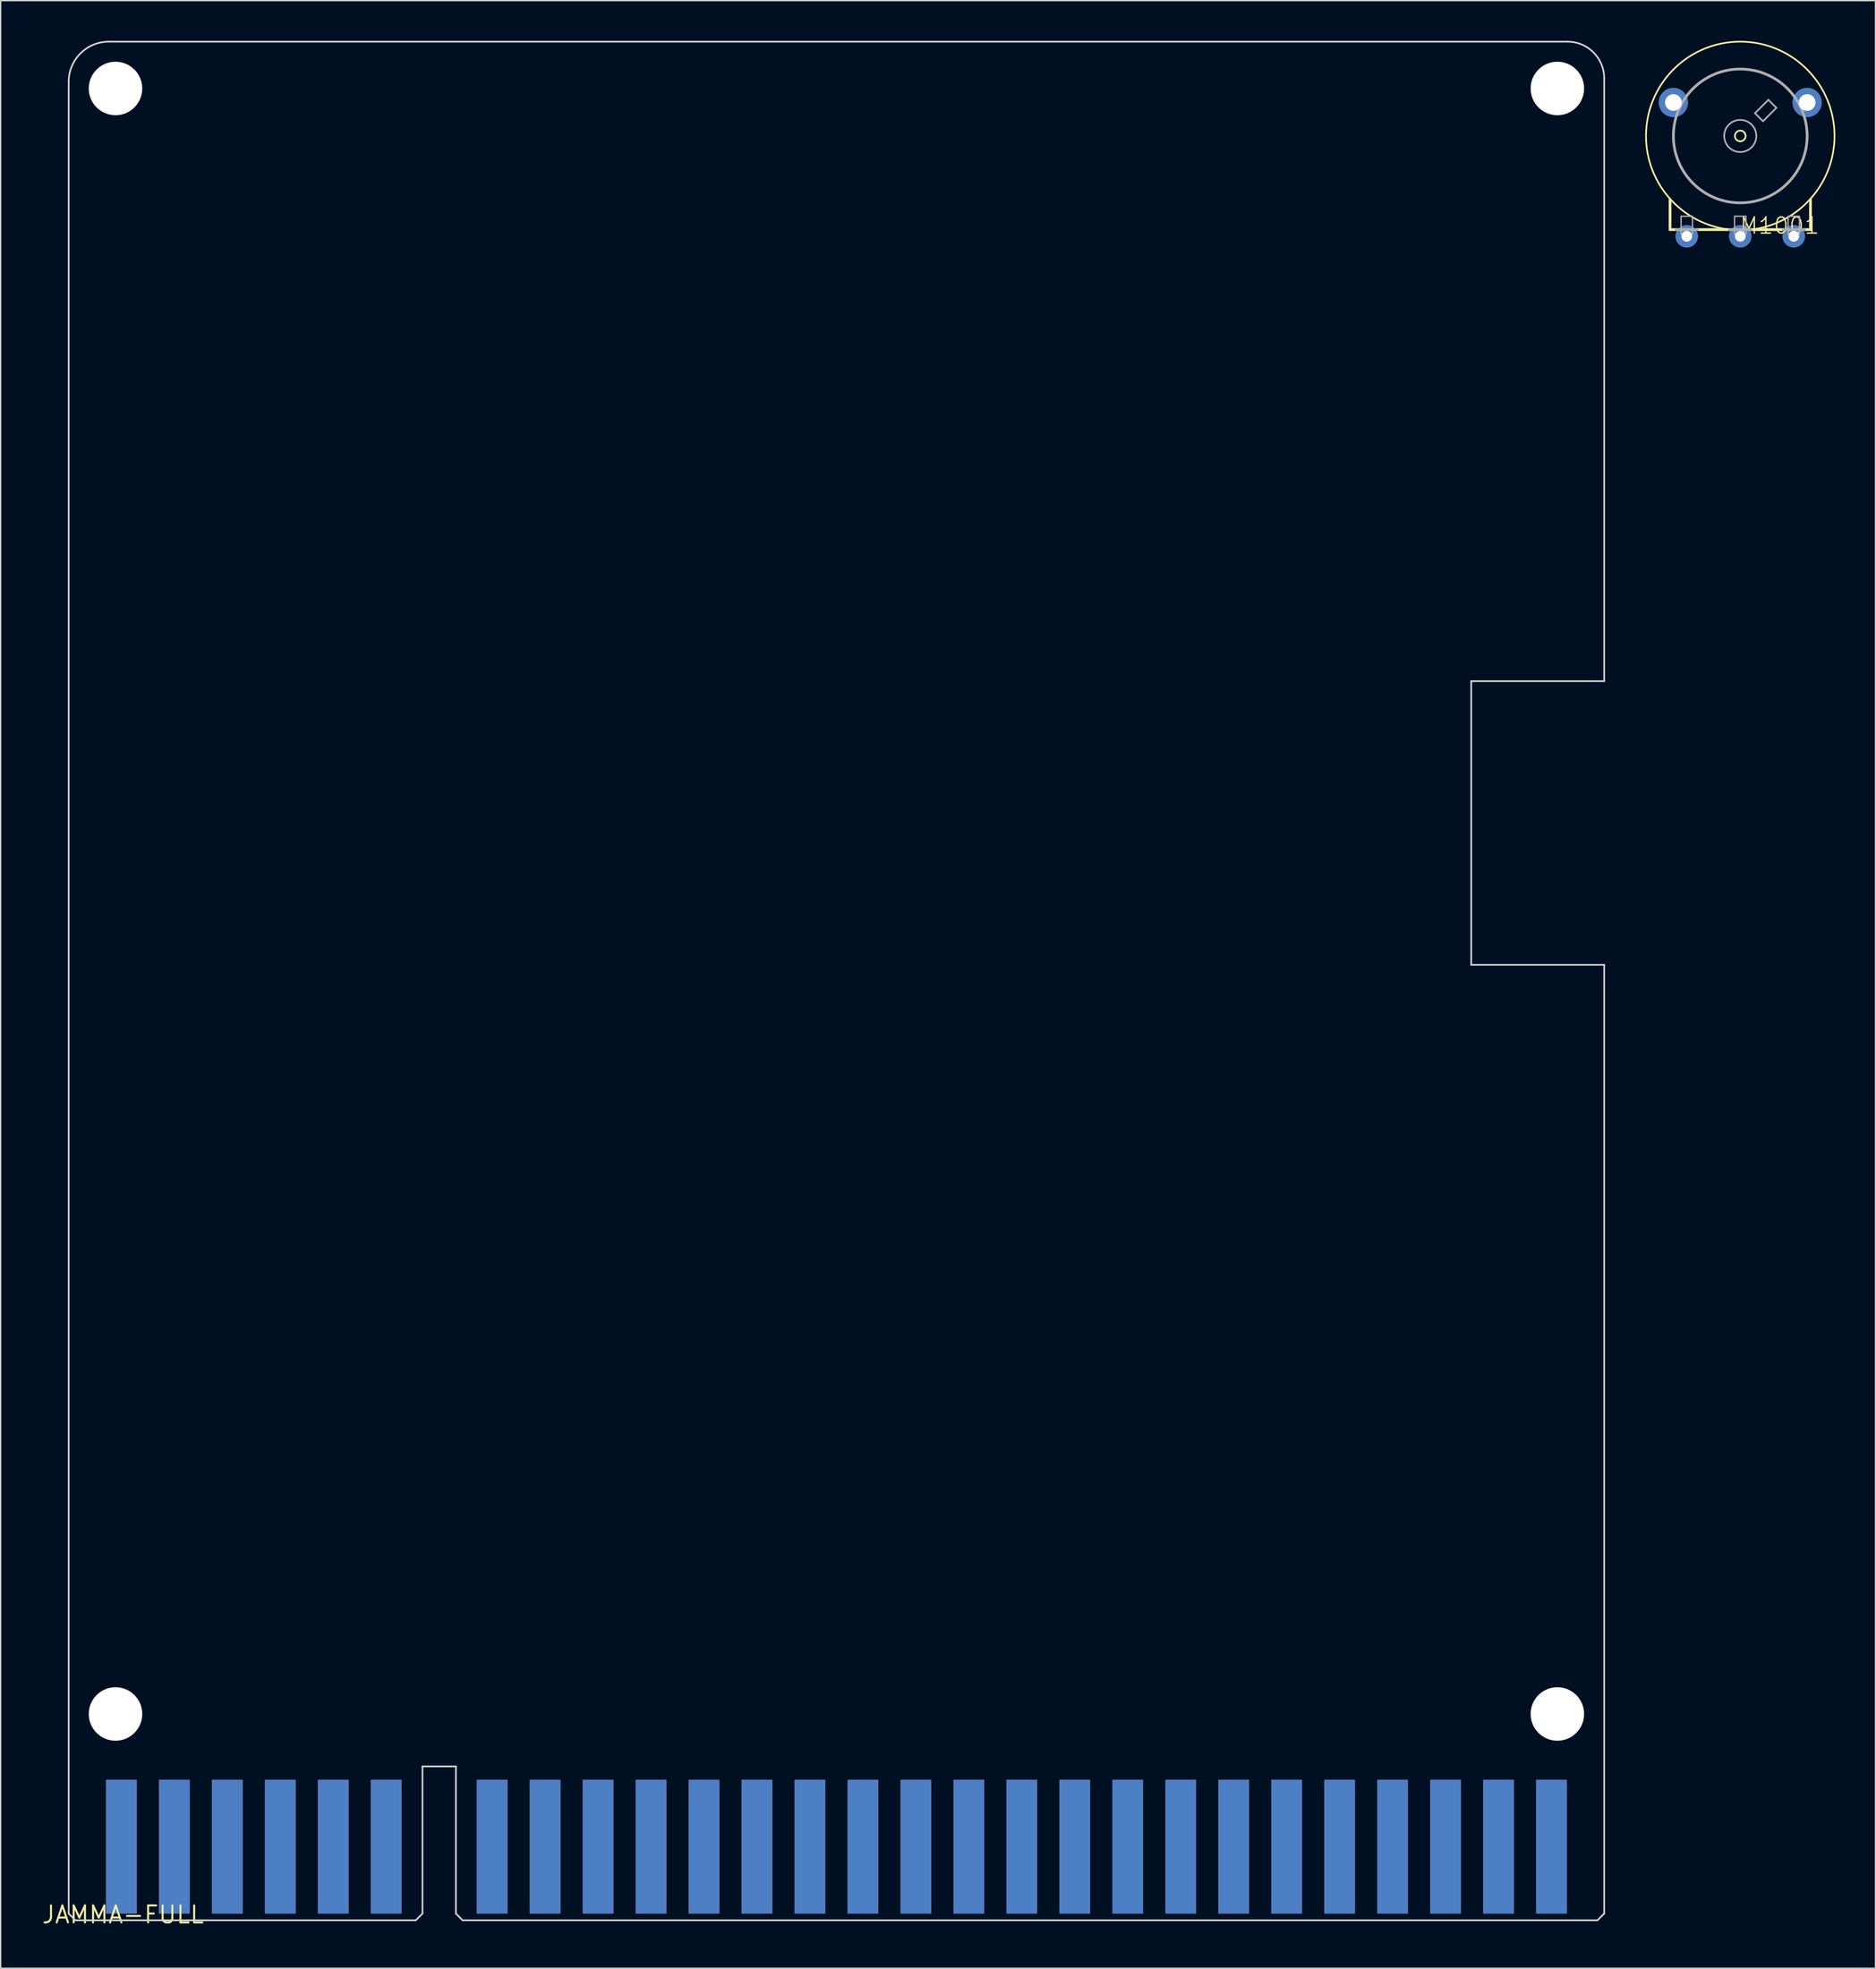
<source format=kicad_pcb>
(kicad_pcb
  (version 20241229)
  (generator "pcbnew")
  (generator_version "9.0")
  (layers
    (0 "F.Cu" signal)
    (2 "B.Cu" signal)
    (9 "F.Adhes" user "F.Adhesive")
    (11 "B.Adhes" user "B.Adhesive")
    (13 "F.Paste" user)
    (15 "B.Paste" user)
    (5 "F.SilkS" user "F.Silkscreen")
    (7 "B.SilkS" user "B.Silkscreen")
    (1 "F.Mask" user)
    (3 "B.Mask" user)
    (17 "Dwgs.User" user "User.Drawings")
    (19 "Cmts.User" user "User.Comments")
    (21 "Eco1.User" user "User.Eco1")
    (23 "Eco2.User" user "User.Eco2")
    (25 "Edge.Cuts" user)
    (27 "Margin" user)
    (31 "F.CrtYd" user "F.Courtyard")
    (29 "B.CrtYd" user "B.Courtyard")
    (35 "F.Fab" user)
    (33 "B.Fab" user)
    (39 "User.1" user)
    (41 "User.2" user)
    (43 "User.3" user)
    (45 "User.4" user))
  (footprint "JAMMA-FULL"
    (layer "F.Cu")
    (at 6.146 140.064)
    (property "Reference" "JAMMA-FULL" (at 0 0 0) (layer "F.SilkS") (effects (font (size 1.27 1.27) (thickness 0.15))))
    (attr through_hole)
    (fp_line (start -4.06 -0.08) (end -4.06 -137) (stroke (width 0.127) (type solid)) (layer "Edge.Cuts"))
    (fp_line (start -4.06 -0.08) (end -3.56 0.42) (stroke (width 0.127) (type solid)) (layer "Edge.Cuts"))
    (fp_line (start -3.56 0.42) (end 21.89 0.42) (stroke (width 0.127) (type solid)) (layer "Edge.Cuts"))
    (fp_line (start -1.06 -140) (end 108 -140) (stroke (width 0.127) (type solid)) (layer "Edge.Cuts"))
    (fp_line (start 21.89 0.42) (end 22.39 -0.08) (stroke (width 0.127) (type solid)) (layer "Edge.Cuts"))
    (fp_line (start 22.39 -11.08) (end 24.89 -11.08) (stroke (width 0.127) (type solid)) (layer "Edge.Cuts"))
    (fp_line (start 22.39 -0.08) (end 22.39 -11.08) (stroke (width 0.127) (type solid)) (layer "Edge.Cuts"))
    (fp_line (start 24.89 -0.08) (end 24.89 -11.08) (stroke (width 0.127) (type solid)) (layer "Edge.Cuts"))
    (fp_line (start 24.89 -0.08) (end 25.39 0.42) (stroke (width 0.127) (type solid)) (layer "Edge.Cuts"))
    (fp_line (start 25.39 0.42) (end 110.24 0.42) (stroke (width 0.127) (type solid)) (layer "Edge.Cuts"))
    (fp_line (start 100.8 -92.2) (end 100.8 -71) (stroke (width 0.127) (type solid)) (layer "Edge.Cuts"))
    (fp_line (start 100.8 -92.2) (end 110.74 -92.2) (stroke (width 0.127) (type solid)) (layer "Edge.Cuts"))
    (fp_line (start 100.8 -71) (end 110.74 -71) (stroke (width 0.127) (type solid)) (layer "Edge.Cuts"))
    (fp_line (start 110.24 0.42) (end 110.74 -0.08) (stroke (width 0.127) (type solid)) (layer "Edge.Cuts"))
    (fp_line (start 110.74 -137.26) (end 110.74 -92.2) (stroke (width 0.127) (type solid)) (layer "Edge.Cuts"))
    (fp_line (start 110.74 -71) (end 110.74 -0.08) (stroke (width 0.127) (type solid)) (layer "Edge.Cuts"))
    (fp_arc (start -4.06 -137) (mid -3.18132 -139.121321) (end -1.059999 -140.000001) (stroke (width 0.127) (type solid)) (layer "Edge.Cuts"))
    (fp_arc (start 108 -140) (mid 109.937473 -139.197473) (end 110.74 -137.26) (stroke (width 0.127) (type solid)) (layer "Edge.Cuts"))
    (pad "" np_thru_hole circle (at -0.56 -136.5) (size 4 4) (drill 4) (layers "*.Cu" "*.Mask"))
    (pad "" np_thru_hole circle (at -0.56 -15) (size 4 4) (drill 4) (layers "*.Cu" "*.Mask"))
    (pad "" np_thru_hole circle (at 107.24 -136.5) (size 4 4) (drill 4) (layers "*.Cu" "*.Mask"))
    (pad "" np_thru_hole circle (at 107.24 -15) (size 4 4) (drill 4) (layers "*.Cu" "*.Mask"))
    (pad "#A" smd rect (at 87 -5.08) (size 2.3 10) (layers "B.Cu" "B.Mask" "B.Paste"))
    (pad "#B" smd rect (at 90.96 -5.08) (size 2.3 10) (layers "B.Cu" "B.Mask" "B.Paste"))
    (pad "#C" smd rect (at 94.92 -5.08) (size 2.3 10) (layers "B.Cu" "B.Mask" "B.Paste"))
    (pad "#D" smd rect (at 98.88 -5.08) (size 2.3 10) (layers "B.Cu" "B.Mask" "B.Paste"))
    (pad "#E" smd rect (at 102.84 -5.08) (size 2.3 10) (layers "B.Cu" "B.Mask" "B.Paste"))
    (pad "#F" smd rect (at 106.8 -5.08) (size 2.3 10) (layers "B.Cu" "B.Mask" "B.Paste"))
    (pad "1" smd rect (at -0.12 -5.08) (size 2.3 10) (layers "F.Cu" "F.Mask" "F.Paste"))
    (pad "2" smd rect (at 3.84 -5.08) (size 2.3 10) (layers "F.Cu" "F.Mask" "F.Paste"))
    (pad "3" smd rect (at 7.8 -5.08) (size 2.3 10) (layers "F.Cu" "F.Mask" "F.Paste"))
    (pad "4" smd rect (at 11.76 -5.08) (size 2.3 10) (layers "F.Cu" "F.Mask" "F.Paste"))
    (pad "5" smd rect (at 15.72 -5.08) (size 2.3 10) (layers "F.Cu" "F.Mask" "F.Paste"))
    (pad "6" smd rect (at 19.68 -5.08) (size 2.3 10) (layers "F.Cu" "F.Mask" "F.Paste"))
    (pad "8" smd rect (at 27.6 -5.08) (size 2.3 10) (layers "F.Cu" "F.Mask" "F.Paste"))
    (pad "9" smd rect (at 31.56 -5.08) (size 2.3 10) (layers "F.Cu" "F.Mask" "F.Paste"))
    (pad "10" smd rect (at 35.52 -5.08) (size 2.3 10) (layers "F.Cu" "F.Mask" "F.Paste"))
    (pad "11" smd rect (at 39.48 -5.08) (size 2.3 10) (layers "F.Cu" "F.Mask" "F.Paste"))
    (pad "12" smd rect (at 43.44 -5.08) (size 2.3 10) (layers "F.Cu" "F.Mask" "F.Paste"))
    (pad "13" smd rect (at 47.4 -5.08) (size 2.3 10) (layers "F.Cu" "F.Mask" "F.Paste"))
    (pad "14" smd rect (at 51.36 -5.08) (size 2.3 10) (layers "F.Cu" "F.Mask" "F.Paste"))
    (pad "15" smd rect (at 55.32 -5.08) (size 2.3 10) (layers "F.Cu" "F.Mask" "F.Paste"))
    (pad "16" smd rect (at 59.28 -5.08) (size 2.3 10) (layers "F.Cu" "F.Mask" "F.Paste"))
    (pad "17" smd rect (at 63.24 -5.08) (size 2.3 10) (layers "F.Cu" "F.Mask" "F.Paste"))
    (pad "18" smd rect (at 67.2 -5.08) (size 2.3 10) (layers "F.Cu" "F.Mask" "F.Paste"))
    (pad "19" smd rect (at 71.16 -5.08) (size 2.3 10) (layers "F.Cu" "F.Mask" "F.Paste"))
    (pad "20" smd rect (at 75.12 -5.08) (size 2.3 10) (layers "F.Cu" "F.Mask" "F.Paste"))
    (pad "21" smd rect (at 79.08 -5.08) (size 2.3 10) (layers "F.Cu" "F.Mask" "F.Paste"))
    (pad "22" smd rect (at 83.04 -5.08) (size 2.3 10) (layers "F.Cu" "F.Mask" "F.Paste"))
    (pad "23" smd rect (at 87 -5.08) (size 2.3 10) (layers "F.Cu" "F.Mask" "F.Paste"))
    (pad "24" smd rect (at 90.96 -5.08) (size 2.3 10) (layers "F.Cu" "F.Mask" "F.Paste"))
    (pad "25" smd rect (at 94.92 -5.08) (size 2.3 10) (layers "F.Cu" "F.Mask" "F.Paste"))
    (pad "26" smd rect (at 98.88 -5.08) (size 2.3 10) (layers "F.Cu" "F.Mask" "F.Paste"))
    (pad "27" smd rect (at 102.84 -5.08) (size 2.3 10) (layers "F.Cu" "F.Mask" "F.Paste"))
    (pad "28" smd rect (at 106.8 -5.08) (size 2.3 10) (layers "F.Cu" "F.Mask" "F.Paste"))
    (pad "A" smd rect (at -0.12 -5.08) (size 2.3 10) (layers "B.Cu" "B.Mask" "B.Paste"))
    (pad "B" smd rect (at 3.84 -5.08) (size 2.3 10) (layers "B.Cu" "B.Mask" "B.Paste"))
    (pad "C" smd rect (at 7.8 -5.08) (size 2.3 10) (layers "B.Cu" "B.Mask" "B.Paste"))
    (pad "D" smd rect (at 11.76 -5.08) (size 2.3 10) (layers "B.Cu" "B.Mask" "B.Paste"))
    (pad "E" smd rect (at 15.72 -5.08) (size 2.3 10) (layers "B.Cu" "B.Mask" "B.Paste"))
    (pad "F" smd rect (at 19.68 -5.08) (size 2.3 10) (layers "B.Cu" "B.Mask" "B.Paste"))
    (pad "J" smd rect (at 27.6 -5.08) (size 2.3 10) (layers "B.Cu" "B.Mask" "B.Paste"))
    (pad "K" smd rect (at 31.56 -5.08) (size 2.3 10) (layers "B.Cu" "B.Mask" "B.Paste"))
    (pad "L" smd rect (at 35.52 -5.08) (size 2.3 10) (layers "B.Cu" "B.Mask" "B.Paste"))
    (pad "M" smd rect (at 39.48 -5.08) (size 2.3 10) (layers "B.Cu" "B.Mask" "B.Paste"))
    (pad "N" smd rect (at 43.44 -5.08) (size 2.3 10) (layers "B.Cu" "B.Mask" "B.Paste"))
    (pad "P" smd rect (at 47.4 -5.08) (size 2.3 10) (layers "B.Cu" "B.Mask" "B.Paste"))
    (pad "R" smd rect (at 51.36 -5.08) (size 2.3 10) (layers "B.Cu" "B.Mask" "B.Paste"))
    (pad "S" smd rect (at 55.32 -5.08) (size 2.3 10) (layers "B.Cu" "B.Mask" "B.Paste"))
    (pad "T" smd rect (at 59.28 -5.08) (size 2.3 10) (layers "B.Cu" "B.Mask" "B.Paste"))
    (pad "U" smd rect (at 63.24 -5.08) (size 2.3 10) (layers "B.Cu" "B.Mask" "B.Paste"))
    (pad "V" smd rect (at 67.2 -5.08) (size 2.3 10) (layers "B.Cu" "B.Mask" "B.Paste"))
    (pad "W" smd rect (at 71.16 -5.08) (size 2.3 10) (layers "B.Cu" "B.Mask" "B.Paste"))
    (pad "X" smd rect (at 75.12 -5.08) (size 2.3 10) (layers "B.Cu" "B.Mask" "B.Paste"))
    (pad "Y" smd rect (at 79.08 -5.08) (size 2.3 10) (layers "B.Cu" "B.Mask" "B.Paste"))
    (pad "Z" smd rect (at 83.04 -5.08) (size 2.3 10) (layers "B.Cu" "B.Mask" "B.Paste")))
  (footprint "M1001"
    (layer "F.Cu")
    (at 127.06 7.112)
    (property "Reference" "M1001" (at 6 6 0) (layer "F.SilkS") (effects (font (size 1.206 1.206) (thickness 0.102)) (justify right top)))
    (attr through_hole)
    (fp_line (start -5.25 7) (end -5.25 4.75) (stroke (width 0.203) (type solid)) (layer "F.SilkS"))
    (fp_line (start -4.8 7) (end -5.25 7) (stroke (width 0.203) (type solid)) (layer "F.SilkS"))
    (fp_line (start -0.8 7) (end -3.2 7) (stroke (width 0.203) (type solid)) (layer "F.SilkS"))
    (fp_line (start 3.2 7) (end 0.8 7) (stroke (width 0.203) (type solid)) (layer "F.SilkS"))
    (fp_line (start 5.25 7) (end 4.8 7) (stroke (width 0.203) (type solid)) (layer "F.SilkS"))
    (fp_line (start 5.25 7) (end 5.25 4.75) (stroke (width 0.203) (type solid)) (layer "F.SilkS"))
    (fp_arc (start -0.8 7) (mid 0 -7.048377) (end 0.8 7) (stroke (width 0.127) (type solid)) (layer "F.SilkS"))
    (fp_circle (center 0 0) (end 0.4 0) (stroke (width 0.127) (type solid)) (fill no) (layer "F.SilkS"))
    (fp_line (start -3.2 7) (end -4.8 7) (stroke (width 0.203) (type solid)) (layer "F.Fab"))
    (fp_line (start 0.8 7) (end -0.8 7) (stroke (width 0.203) (type solid)) (layer "F.Fab"))
    (fp_line (start 1.1 -1.7) (end 1.7 -1.1) (stroke (width 0.127) (type solid)) (layer "F.Fab"))
    (fp_line (start 1.7 -1.1) (end 2.7 -2.1) (stroke (width 0.127) (type solid)) (layer "F.Fab"))
    (fp_line (start 2.1 -2.7) (end 1.1 -1.7) (stroke (width 0.127) (type solid)) (layer "F.Fab"))
    (fp_line (start 2.7 -2.1) (end 2.1 -2.7) (stroke (width 0.127) (type solid)) (layer "F.Fab"))
    (fp_line (start 4.8 7) (end 3.2 7) (stroke (width 0.203) (type solid)) (layer "F.Fab"))
    (fp_circle (center 0 0) (end 1.2 0) (stroke (width 0.127) (type solid)) (fill no) (layer "F.Fab"))
    (fp_circle (center 0 0) (end 5 0) (stroke (width 0.203) (type solid)) (fill no) (layer "F.Fab"))
    (fp_poly (pts (xy -4.425 7.325) (xy -3.575 7.325) (xy -3.575 6) (xy -4.425 6)) (stroke (width 0.1) (type solid)) (fill no) (layer "F.Fab"))
    (fp_poly (pts (xy -0.425 7.325) (xy 0.425 7.325) (xy 0.425 6) (xy -0.425 6)) (stroke (width 0.1) (type solid)) (fill no) (layer "F.Fab"))
    (fp_poly (pts (xy 3.575 7.325) (xy 4.425 7.325) (xy 4.425 6) (xy 3.575 6)) (stroke (width 0.1) (type solid)) (fill no) (layer "F.Fab"))
    (pad "1" thru_hole circle (at -4 7.5 270) (size 1.676 1.676) (drill 0.8) (layers "*.Cu" "*.Mask"))
    (pad "2" thru_hole circle (at 0 7.5 270) (size 1.676 1.676) (drill 0.8) (layers "*.Cu" "*.Mask"))
    (pad "3" thru_hole circle (at 4 7.5 270) (size 1.676 1.676) (drill 0.8) (layers "*.Cu" "*.Mask"))
    (pad "G1" thru_hole circle (at 5 -2.5 270) (size 2.184 2.184) (drill 1.25) (layers "*.Cu" "*.Mask"))
    (pad "G2" thru_hole circle (at -5 -2.5 270) (size 2.184 2.184) (drill 1.25) (layers "*.Cu" "*.Mask")))
  (gr_rect
    (start -3 -3)
    (end 137.17 144.07)
    (stroke (width 0.1) (type default))
    (fill no)
    (layer "Edge.Cuts")))
</source>
